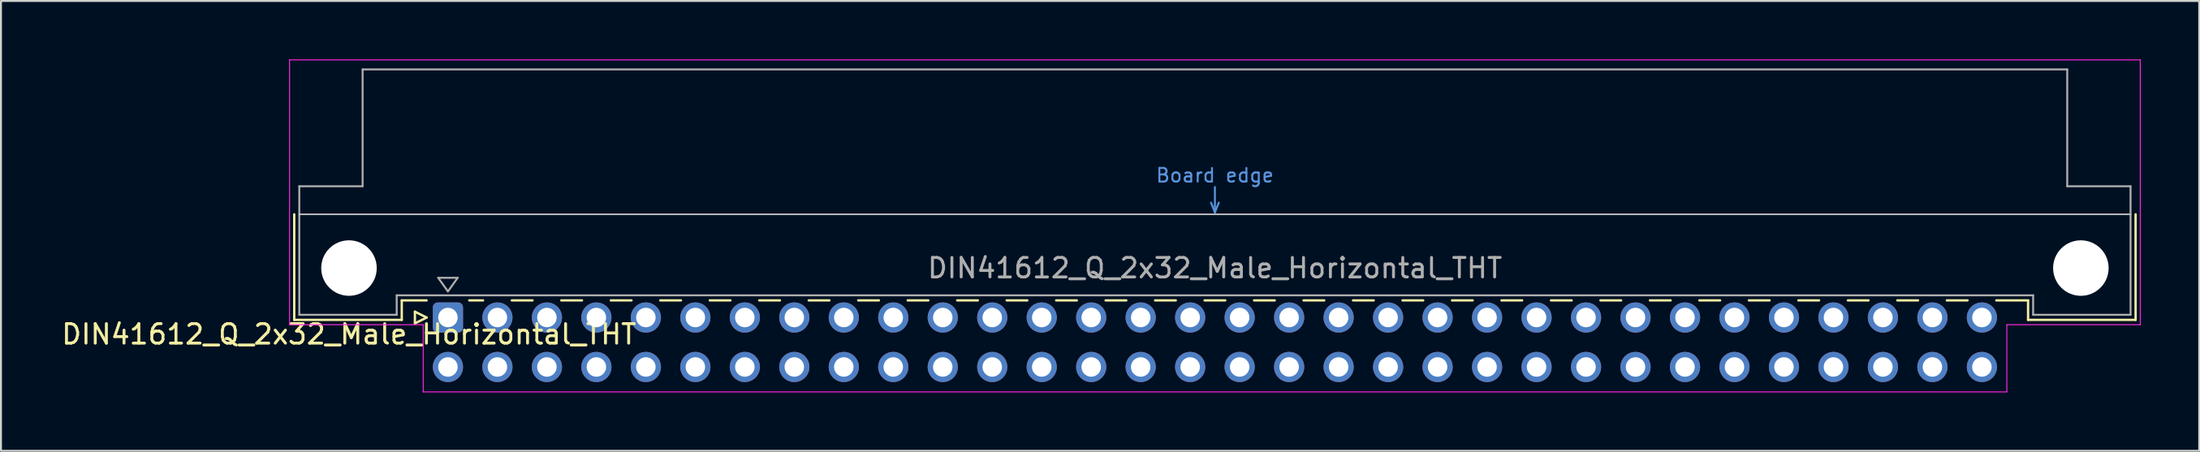
<source format=kicad_pcb>
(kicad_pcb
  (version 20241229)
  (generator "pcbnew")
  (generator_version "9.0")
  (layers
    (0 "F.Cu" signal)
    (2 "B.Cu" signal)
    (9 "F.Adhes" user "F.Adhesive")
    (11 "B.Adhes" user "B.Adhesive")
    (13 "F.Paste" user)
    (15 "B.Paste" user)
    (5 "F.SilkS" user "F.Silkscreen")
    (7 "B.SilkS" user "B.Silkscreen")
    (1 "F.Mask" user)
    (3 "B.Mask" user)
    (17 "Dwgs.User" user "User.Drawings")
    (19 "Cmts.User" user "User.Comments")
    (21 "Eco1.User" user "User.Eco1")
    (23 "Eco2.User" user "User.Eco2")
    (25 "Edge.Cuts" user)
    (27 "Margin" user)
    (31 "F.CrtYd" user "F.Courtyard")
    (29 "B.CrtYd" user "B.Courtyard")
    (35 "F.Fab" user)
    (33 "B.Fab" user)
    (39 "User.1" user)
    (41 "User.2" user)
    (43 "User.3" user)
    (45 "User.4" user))
  (footprint "DIN41612_Q_2x32_Male_Horizontal_THT"
    (layer "F.Cu")
    (at 19.943 13.255)
    (property "Reference" "DIN41612_Q_2x32_Male_Horizontal_THT" (at -5.08 0.86 0) (layer "F.SilkS") (effects (font (size 1 1) (thickness 0.15))))
    (attr through_hole)
    (fp_line (start -7.89 -5.3) (end -7.89 0.12) (stroke (width 0.12) (type solid)) (layer "F.SilkS"))
    (fp_line (start -7.89 0.12) (end -2.37 0.12) (stroke (width 0.12) (type solid)) (layer "F.SilkS"))
    (fp_line (start -2.371 -0.88) (end -1.095 -0.88) (stroke (width 0.12) (type solid)) (layer "F.SilkS"))
    (fp_line (start -2.37 0.12) (end -2.37 -0.88) (stroke (width 0.12) (type solid)) (layer "F.SilkS"))
    (fp_line (start -1.695 -0.3) (end -1.695 0.3) (stroke (width 0.12) (type solid)) (layer "F.SilkS"))
    (fp_line (start -1.695 0.3) (end -1.095 0) (stroke (width 0.12) (type solid)) (layer "F.SilkS"))
    (fp_line (start -1.095 0) (end -1.695 -0.3) (stroke (width 0.12) (type solid)) (layer "F.SilkS"))
    (fp_line (start 1.095 -0.88) (end 1.801 -0.88) (stroke (width 0.12) (type solid)) (layer "F.SilkS"))
    (fp_line (start 3.28 -0.88) (end 4.341 -0.88) (stroke (width 0.12) (type solid)) (layer "F.SilkS"))
    (fp_line (start 5.82 -0.88) (end 6.881 -0.88) (stroke (width 0.12) (type solid)) (layer "F.SilkS"))
    (fp_line (start 8.36 -0.88) (end 9.421 -0.88) (stroke (width 0.12) (type solid)) (layer "F.SilkS"))
    (fp_line (start 10.9 -0.88) (end 11.961 -0.88) (stroke (width 0.12) (type solid)) (layer "F.SilkS"))
    (fp_line (start 13.44 -0.88) (end 14.501 -0.88) (stroke (width 0.12) (type solid)) (layer "F.SilkS"))
    (fp_line (start 15.98 -0.88) (end 17.041 -0.88) (stroke (width 0.12) (type solid)) (layer "F.SilkS"))
    (fp_line (start 18.52 -0.88) (end 19.581 -0.88) (stroke (width 0.12) (type solid)) (layer "F.SilkS"))
    (fp_line (start 21.06 -0.88) (end 22.121 -0.88) (stroke (width 0.12) (type solid)) (layer "F.SilkS"))
    (fp_line (start 23.6 -0.88) (end 24.661 -0.88) (stroke (width 0.12) (type solid)) (layer "F.SilkS"))
    (fp_line (start 26.14 -0.88) (end 27.201 -0.88) (stroke (width 0.12) (type solid)) (layer "F.SilkS"))
    (fp_line (start 28.68 -0.88) (end 29.741 -0.88) (stroke (width 0.12) (type solid)) (layer "F.SilkS"))
    (fp_line (start 31.22 -0.88) (end 32.281 -0.88) (stroke (width 0.12) (type solid)) (layer "F.SilkS"))
    (fp_line (start 33.76 -0.88) (end 34.821 -0.88) (stroke (width 0.12) (type solid)) (layer "F.SilkS"))
    (fp_line (start 36.3 -0.88) (end 37.361 -0.88) (stroke (width 0.12) (type solid)) (layer "F.SilkS"))
    (fp_line (start 38.84 -0.88) (end 39.901 -0.88) (stroke (width 0.12) (type solid)) (layer "F.SilkS"))
    (fp_line (start 41.38 -0.88) (end 42.441 -0.88) (stroke (width 0.12) (type solid)) (layer "F.SilkS"))
    (fp_line (start 43.92 -0.88) (end 44.981 -0.88) (stroke (width 0.12) (type solid)) (layer "F.SilkS"))
    (fp_line (start 46.46 -0.88) (end 47.521 -0.88) (stroke (width 0.12) (type solid)) (layer "F.SilkS"))
    (fp_line (start 49 -0.88) (end 50.061 -0.88) (stroke (width 0.12) (type solid)) (layer "F.SilkS"))
    (fp_line (start 51.54 -0.88) (end 52.601 -0.88) (stroke (width 0.12) (type solid)) (layer "F.SilkS"))
    (fp_line (start 54.08 -0.88) (end 55.141 -0.88) (stroke (width 0.12) (type solid)) (layer "F.SilkS"))
    (fp_line (start 56.62 -0.88) (end 57.681 -0.88) (stroke (width 0.12) (type solid)) (layer "F.SilkS"))
    (fp_line (start 59.16 -0.88) (end 60.221 -0.88) (stroke (width 0.12) (type solid)) (layer "F.SilkS"))
    (fp_line (start 61.7 -0.88) (end 62.761 -0.88) (stroke (width 0.12) (type solid)) (layer "F.SilkS"))
    (fp_line (start 64.24 -0.88) (end 65.301 -0.88) (stroke (width 0.12) (type solid)) (layer "F.SilkS"))
    (fp_line (start 66.78 -0.88) (end 67.841 -0.88) (stroke (width 0.12) (type solid)) (layer "F.SilkS"))
    (fp_line (start 69.32 -0.88) (end 70.381 -0.88) (stroke (width 0.12) (type solid)) (layer "F.SilkS"))
    (fp_line (start 71.86 -0.88) (end 72.921 -0.88) (stroke (width 0.12) (type solid)) (layer "F.SilkS"))
    (fp_line (start 74.4 -0.88) (end 75.461 -0.88) (stroke (width 0.12) (type solid)) (layer "F.SilkS"))
    (fp_line (start 76.94 -0.88) (end 78.001 -0.88) (stroke (width 0.12) (type solid)) (layer "F.SilkS"))
    (fp_line (start 79.48 -0.88) (end 81.11 -0.88) (stroke (width 0.12) (type solid)) (layer "F.SilkS"))
    (fp_line (start 81.11 0.12) (end 81.11 -0.88) (stroke (width 0.12) (type solid)) (layer "F.SilkS"))
    (fp_line (start 86.63 -5.3) (end 86.63 0.12) (stroke (width 0.12) (type solid)) (layer "F.SilkS"))
    (fp_line (start 86.63 0.12) (end 81.11 0.12) (stroke (width 0.12) (type solid)) (layer "F.SilkS"))
    (fp_line (start -7.63 -5.3) (end 86.37 -5.3) (stroke (width 0.08) (type solid)) (layer "Dwgs.User"))
    (fp_line (start 39.17 -5.9) (end 39.37 -5.4) (stroke (width 0.1) (type solid)) (layer "Cmts.User"))
    (fp_line (start 39.37 -5.4) (end 39.37 -6.7) (stroke (width 0.1) (type solid)) (layer "Cmts.User"))
    (fp_line (start 39.37 -5.4) (end 39.57 -5.9) (stroke (width 0.1) (type solid)) (layer "Cmts.User"))
    (fp_line (start -8.13 -13.23) (end -8.13 0.37) (stroke (width 0.05) (type solid)) (layer "F.CrtYd"))
    (fp_line (start -8.13 0.37) (end -1.27 0.37) (stroke (width 0.05) (type solid)) (layer "F.CrtYd"))
    (fp_line (start -1.27 0.37) (end -1.27 3.82) (stroke (width 0.05) (type solid)) (layer "F.CrtYd"))
    (fp_line (start -1.27 3.82) (end 80.02 3.82) (stroke (width 0.05) (type solid)) (layer "F.CrtYd"))
    (fp_line (start 80.02 0.37) (end 86.87 0.37) (stroke (width 0.05) (type solid)) (layer "F.CrtYd"))
    (fp_line (start 80.02 3.82) (end 80.02 0.37) (stroke (width 0.05) (type solid)) (layer "F.CrtYd"))
    (fp_line (start 86.87 -13.23) (end -8.13 -13.23) (stroke (width 0.05) (type solid)) (layer "F.CrtYd"))
    (fp_line (start 86.87 0.37) (end 86.87 -13.23) (stroke (width 0.05) (type solid)) (layer "F.CrtYd"))
    (fp_line (start -7.63 -6.74) (end -7.63 -0.14) (stroke (width 0.1) (type solid)) (layer "F.Fab"))
    (fp_line (start -7.63 -0.14) (end -2.63 -0.14) (stroke (width 0.1) (type solid)) (layer "F.Fab"))
    (fp_line (start -4.38 -12.74) (end -4.38 -6.74) (stroke (width 0.1) (type solid)) (layer "F.Fab"))
    (fp_line (start -4.38 -6.74) (end -7.63 -6.74) (stroke (width 0.1) (type solid)) (layer "F.Fab"))
    (fp_line (start -2.63 -1.14) (end 81.37 -1.14) (stroke (width 0.1) (type solid)) (layer "F.Fab"))
    (fp_line (start -2.63 -0.14) (end -2.63 -1.14) (stroke (width 0.1) (type solid)) (layer "F.Fab"))
    (fp_line (start -0.5 -2.04) (end 0.5 -2.04) (stroke (width 0.1) (type solid)) (layer "F.Fab"))
    (fp_line (start 0 -1.34) (end -0.5 -2.04) (stroke (width 0.1) (type solid)) (layer "F.Fab"))
    (fp_line (start 0.5 -2.04) (end 0 -1.34) (stroke (width 0.1) (type solid)) (layer "F.Fab"))
    (fp_line (start 81.37 -1.14) (end 81.37 -0.14) (stroke (width 0.1) (type solid)) (layer "F.Fab"))
    (fp_line (start 81.37 -0.14) (end 86.37 -0.14) (stroke (width 0.1) (type solid)) (layer "F.Fab"))
    (fp_line (start 83.12 -12.74) (end -4.38 -12.74) (stroke (width 0.1) (type solid)) (layer "F.Fab"))
    (fp_line (start 83.12 -6.74) (end 83.12 -12.74) (stroke (width 0.1) (type solid)) (layer "F.Fab"))
    (fp_line (start 86.37 -6.74) (end 83.12 -6.74) (stroke (width 0.1) (type solid)) (layer "F.Fab"))
    (fp_line (start 86.37 -0.14) (end 86.37 -6.74) (stroke (width 0.1) (type solid)) (layer "F.Fab"))
    (fp_text user "Board edge" (at 39.37 -7.3 0) (layer "Cmts.User") (effects (font (size 0.7 0.7) (thickness 0.1))))
    (fp_text user "${REFERENCE}" (at 39.37 -2.54 0) (layer "F.Fab") (effects (font (size 1 1) (thickness 0.15))))
    (pad "" np_thru_hole circle (at -5.08 -2.54) (size 2.85 2.85) (drill 2.85) (layers "*.Cu" "*.Mask"))
    (pad "" np_thru_hole circle (at 83.82 -2.54) (size 2.85 2.85) (drill 2.85) (layers "*.Cu" "*.Mask"))
    (pad "a1" thru_hole roundrect (at 0 0) (size 1.55 1.55) (drill 1) (layers "*.Cu" "*.Mask") (roundrect_rratio 0.161))
    (pad "a2" thru_hole circle (at 2.54 0) (size 1.55 1.55) (drill 1) (layers "*.Cu" "*.Mask"))
    (pad "a3" thru_hole circle (at 5.08 0) (size 1.55 1.55) (drill 1) (layers "*.Cu" "*.Mask"))
    (pad "a4" thru_hole circle (at 7.62 0) (size 1.55 1.55) (drill 1) (layers "*.Cu" "*.Mask"))
    (pad "a5" thru_hole circle (at 10.16 0) (size 1.55 1.55) (drill 1) (layers "*.Cu" "*.Mask"))
    (pad "a6" thru_hole circle (at 12.7 0) (size 1.55 1.55) (drill 1) (layers "*.Cu" "*.Mask"))
    (pad "a7" thru_hole circle (at 15.24 0) (size 1.55 1.55) (drill 1) (layers "*.Cu" "*.Mask"))
    (pad "a8" thru_hole circle (at 17.78 0) (size 1.55 1.55) (drill 1) (layers "*.Cu" "*.Mask"))
    (pad "a9" thru_hole circle (at 20.32 0) (size 1.55 1.55) (drill 1) (layers "*.Cu" "*.Mask"))
    (pad "a10" thru_hole circle (at 22.86 0) (size 1.55 1.55) (drill 1) (layers "*.Cu" "*.Mask"))
    (pad "a11" thru_hole circle (at 25.4 0) (size 1.55 1.55) (drill 1) (layers "*.Cu" "*.Mask"))
    (pad "a12" thru_hole circle (at 27.94 0) (size 1.55 1.55) (drill 1) (layers "*.Cu" "*.Mask"))
    (pad "a13" thru_hole circle (at 30.48 0) (size 1.55 1.55) (drill 1) (layers "*.Cu" "*.Mask"))
    (pad "a14" thru_hole circle (at 33.02 0) (size 1.55 1.55) (drill 1) (layers "*.Cu" "*.Mask"))
    (pad "a15" thru_hole circle (at 35.56 0) (size 1.55 1.55) (drill 1) (layers "*.Cu" "*.Mask"))
    (pad "a16" thru_hole circle (at 38.1 0) (size 1.55 1.55) (drill 1) (layers "*.Cu" "*.Mask"))
    (pad "a17" thru_hole circle (at 40.64 0) (size 1.55 1.55) (drill 1) (layers "*.Cu" "*.Mask"))
    (pad "a18" thru_hole circle (at 43.18 0) (size 1.55 1.55) (drill 1) (layers "*.Cu" "*.Mask"))
    (pad "a19" thru_hole circle (at 45.72 0) (size 1.55 1.55) (drill 1) (layers "*.Cu" "*.Mask"))
    (pad "a20" thru_hole circle (at 48.26 0) (size 1.55 1.55) (drill 1) (layers "*.Cu" "*.Mask"))
    (pad "a21" thru_hole circle (at 50.8 0) (size 1.55 1.55) (drill 1) (layers "*.Cu" "*.Mask"))
    (pad "a22" thru_hole circle (at 53.34 0) (size 1.55 1.55) (drill 1) (layers "*.Cu" "*.Mask"))
    (pad "a23" thru_hole circle (at 55.88 0) (size 1.55 1.55) (drill 1) (layers "*.Cu" "*.Mask"))
    (pad "a24" thru_hole circle (at 58.42 0) (size 1.55 1.55) (drill 1) (layers "*.Cu" "*.Mask"))
    (pad "a25" thru_hole circle (at 60.96 0) (size 1.55 1.55) (drill 1) (layers "*.Cu" "*.Mask"))
    (pad "a26" thru_hole circle (at 63.5 0) (size 1.55 1.55) (drill 1) (layers "*.Cu" "*.Mask"))
    (pad "a27" thru_hole circle (at 66.04 0) (size 1.55 1.55) (drill 1) (layers "*.Cu" "*.Mask"))
    (pad "a28" thru_hole circle (at 68.58 0) (size 1.55 1.55) (drill 1) (layers "*.Cu" "*.Mask"))
    (pad "a29" thru_hole circle (at 71.12 0) (size 1.55 1.55) (drill 1) (layers "*.Cu" "*.Mask"))
    (pad "a30" thru_hole circle (at 73.66 0) (size 1.55 1.55) (drill 1) (layers "*.Cu" "*.Mask"))
    (pad "a31" thru_hole circle (at 76.2 0) (size 1.55 1.55) (drill 1) (layers "*.Cu" "*.Mask"))
    (pad "a32" thru_hole circle (at 78.74 0) (size 1.55 1.55) (drill 1) (layers "*.Cu" "*.Mask"))
    (pad "b1" thru_hole circle (at 0 2.54) (size 1.55 1.55) (drill 1) (layers "*.Cu" "*.Mask"))
    (pad "b2" thru_hole circle (at 2.54 2.54) (size 1.55 1.55) (drill 1) (layers "*.Cu" "*.Mask"))
    (pad "b3" thru_hole circle (at 5.08 2.54) (size 1.55 1.55) (drill 1) (layers "*.Cu" "*.Mask"))
    (pad "b4" thru_hole circle (at 7.62 2.54) (size 1.55 1.55) (drill 1) (layers "*.Cu" "*.Mask"))
    (pad "b5" thru_hole circle (at 10.16 2.54) (size 1.55 1.55) (drill 1) (layers "*.Cu" "*.Mask"))
    (pad "b6" thru_hole circle (at 12.7 2.54) (size 1.55 1.55) (drill 1) (layers "*.Cu" "*.Mask"))
    (pad "b7" thru_hole circle (at 15.24 2.54) (size 1.55 1.55) (drill 1) (layers "*.Cu" "*.Mask"))
    (pad "b8" thru_hole circle (at 17.78 2.54) (size 1.55 1.55) (drill 1) (layers "*.Cu" "*.Mask"))
    (pad "b9" thru_hole circle (at 20.32 2.54) (size 1.55 1.55) (drill 1) (layers "*.Cu" "*.Mask"))
    (pad "b10" thru_hole circle (at 22.86 2.54) (size 1.55 1.55) (drill 1) (layers "*.Cu" "*.Mask"))
    (pad "b11" thru_hole circle (at 25.4 2.54) (size 1.55 1.55) (drill 1) (layers "*.Cu" "*.Mask"))
    (pad "b12" thru_hole circle (at 27.94 2.54) (size 1.55 1.55) (drill 1) (layers "*.Cu" "*.Mask"))
    (pad "b13" thru_hole circle (at 30.48 2.54) (size 1.55 1.55) (drill 1) (layers "*.Cu" "*.Mask"))
    (pad "b14" thru_hole circle (at 33.02 2.54) (size 1.55 1.55) (drill 1) (layers "*.Cu" "*.Mask"))
    (pad "b15" thru_hole circle (at 35.56 2.54) (size 1.55 1.55) (drill 1) (layers "*.Cu" "*.Mask"))
    (pad "b16" thru_hole circle (at 38.1 2.54) (size 1.55 1.55) (drill 1) (layers "*.Cu" "*.Mask"))
    (pad "b17" thru_hole circle (at 40.64 2.54) (size 1.55 1.55) (drill 1) (layers "*.Cu" "*.Mask"))
    (pad "b18" thru_hole circle (at 43.18 2.54) (size 1.55 1.55) (drill 1) (layers "*.Cu" "*.Mask"))
    (pad "b19" thru_hole circle (at 45.72 2.54) (size 1.55 1.55) (drill 1) (layers "*.Cu" "*.Mask"))
    (pad "b20" thru_hole circle (at 48.26 2.54) (size 1.55 1.55) (drill 1) (layers "*.Cu" "*.Mask"))
    (pad "b21" thru_hole circle (at 50.8 2.54) (size 1.55 1.55) (drill 1) (layers "*.Cu" "*.Mask"))
    (pad "b22" thru_hole circle (at 53.34 2.54) (size 1.55 1.55) (drill 1) (layers "*.Cu" "*.Mask"))
    (pad "b23" thru_hole circle (at 55.88 2.54) (size 1.55 1.55) (drill 1) (layers "*.Cu" "*.Mask"))
    (pad "b24" thru_hole circle (at 58.42 2.54) (size 1.55 1.55) (drill 1) (layers "*.Cu" "*.Mask"))
    (pad "b25" thru_hole circle (at 60.96 2.54) (size 1.55 1.55) (drill 1) (layers "*.Cu" "*.Mask"))
    (pad "b26" thru_hole circle (at 63.5 2.54) (size 1.55 1.55) (drill 1) (layers "*.Cu" "*.Mask"))
    (pad "b27" thru_hole circle (at 66.04 2.54) (size 1.55 1.55) (drill 1) (layers "*.Cu" "*.Mask"))
    (pad "b28" thru_hole circle (at 68.58 2.54) (size 1.55 1.55) (drill 1) (layers "*.Cu" "*.Mask"))
    (pad "b29" thru_hole circle (at 71.12 2.54) (size 1.55 1.55) (drill 1) (layers "*.Cu" "*.Mask"))
    (pad "b30" thru_hole circle (at 73.66 2.54) (size 1.55 1.55) (drill 1) (layers "*.Cu" "*.Mask"))
    (pad "b31" thru_hole circle (at 76.2 2.54) (size 1.55 1.55) (drill 1) (layers "*.Cu" "*.Mask"))
    (pad "b32" thru_hole circle (at 78.74 2.54) (size 1.55 1.55) (drill 1) (layers "*.Cu" "*.Mask")))
  (gr_rect
    (start -3 -3)
    (end 109.838 20.1)
    (stroke (width 0.1) (type default))
    (fill no)
    (layer "Edge.Cuts")))
</source>
